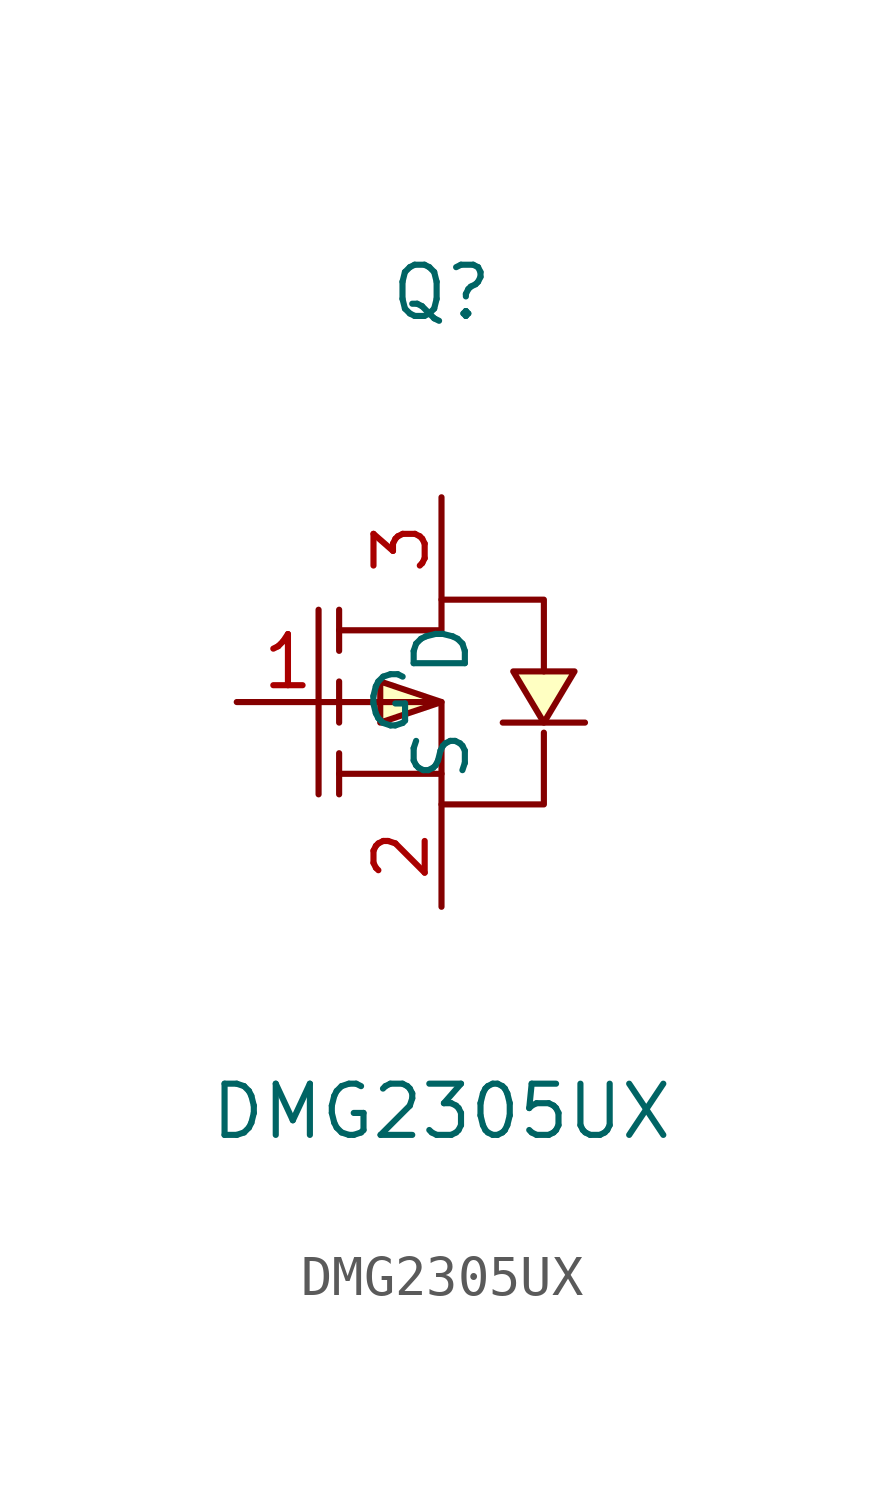
<source format=kicad_sym>
(kicad_symbol_lib
  (version 20211014)
  (generator kicad_symbol_editor)
  (symbol "DMG2305UX"
    (property "Reference" "Q"
      (at 0 10.16 0)
      (effects (font (size 1.27 1.27))))
    (property "Value" "DMG2305UX"
      (at 0 -10.16 0)
      (effects (font (size 1.27 1.27))))
    (symbol "DMG2305UX_0_1"
      (polyline (pts (xy -3.05 2.29) (xy -3.05 -2.29)) (stroke (width 0) (type default) (color 0 0 0 0)) (fill (type none)))
      (polyline (pts (xy -2.54 -2.29) (xy -2.54 -1.27)) (stroke (width 0) (type default) (color 0 0 0 0)) (fill (type none)))
      (polyline (pts (xy -2.54 -0.51) (xy -2.54 0.51)) (stroke (width 0) (type default) (color 0 0 0 0)) (fill (type none)))
      (polyline (pts (xy -2.54 2.29) (xy -2.54 1.27)) (stroke (width 0) (type default) (color 0 0 0 0)) (fill (type none)))
      (polyline (pts (xy 0 -1.78) (xy -2.54 -1.78)) (stroke (width 0) (type default) (color 0 0 0 0)) (fill (type none)))
      (polyline (pts (xy 0 0) (xy -1.52 0.51) (xy -1.52 -0.51) (xy 0 0)) (stroke (width 0) (type default) (color 0 0 0 0)) (fill (type background)))
      (polyline (pts (xy 1.52 -0.51) (xy 2.03 -0.51) (xy 3.05 -0.51) (xy 3.56 -0.51)) (stroke (width 0) (type default) (color 0 0 0 0)) (fill (type none)))
      (polyline (pts (xy 2.54 -0.51) (xy 3.3 0.76) (xy 1.78 0.76) (xy 2.54 -0.51)) (stroke (width 0) (type default) (color 0 0 0 0)) (fill (type background)))
      (polyline (pts (xy -2.54 0) (xy 0 0) (xy 0 -2.54) (xy 2.54 -2.54) (xy 2.54 -0.76)) (stroke (width 0) (type default) (color 0 0 0 0)) (fill (type none)))
      (polyline (pts (xy -2.54 1.78) (xy 0 1.78) (xy 0 2.54) (xy 2.54 2.54) (xy 2.54 0.76)) (stroke (width 0) (type default) (color 0 0 0 0)) (fill (type none)))
      (pin input line (at -5.08 0 0) (length 2.54) (name "G" (effects (font (size 1.27 1.27)))) (number "1" (effects (font (size 1.27 1.27)))))
      (pin input line (at 0 -5.08 90) (length 2.54) (name "S" (effects (font (size 1.27 1.27)))) (number "2" (effects (font (size 1.27 1.27)))))
      (pin input line (at 0 5.08 270) (length 2.54) (name "D" (effects (font (size 1.27 1.27)))) (number "3" (effects (font (size 1.27 1.27))))))))
</source>
